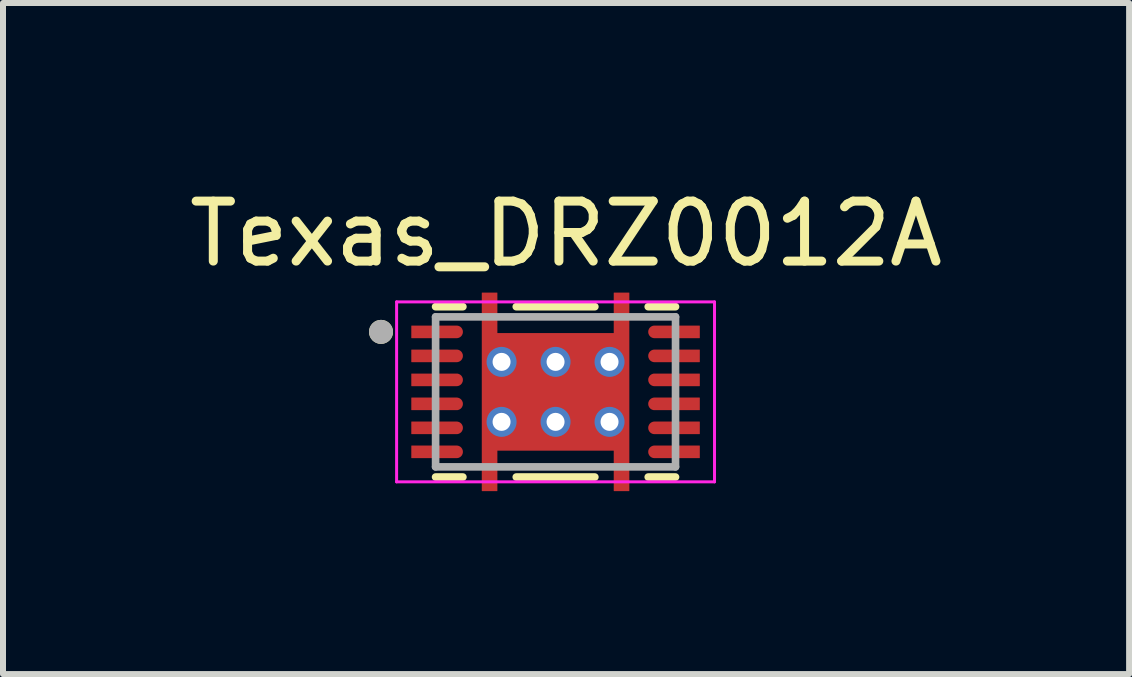
<source format=kicad_pcb>
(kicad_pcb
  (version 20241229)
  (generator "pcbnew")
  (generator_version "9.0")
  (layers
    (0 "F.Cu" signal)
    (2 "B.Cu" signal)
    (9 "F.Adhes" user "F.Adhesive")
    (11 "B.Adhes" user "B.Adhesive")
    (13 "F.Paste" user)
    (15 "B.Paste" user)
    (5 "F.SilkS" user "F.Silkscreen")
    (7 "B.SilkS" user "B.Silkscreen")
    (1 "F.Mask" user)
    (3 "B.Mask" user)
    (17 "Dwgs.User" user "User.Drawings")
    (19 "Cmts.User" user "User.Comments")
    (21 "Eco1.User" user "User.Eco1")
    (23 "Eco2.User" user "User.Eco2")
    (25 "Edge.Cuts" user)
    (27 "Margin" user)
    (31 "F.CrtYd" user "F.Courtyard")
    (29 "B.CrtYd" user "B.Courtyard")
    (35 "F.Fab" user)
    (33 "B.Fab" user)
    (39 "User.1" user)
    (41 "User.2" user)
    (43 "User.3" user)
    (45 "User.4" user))
  (footprint "Texas_DRZ0012A"
    (layer "F.Cu")
    (at 6.212 3.483)
    (property "Reference" "Texas_DRZ0012A" (at 0.175 -2.635 0) (layer "F.SilkS") (effects (font (size 1 1) (thickness 0.15))))
    (attr smd)
    (fp_poly (pts (xy -1.275 1.7) (xy -1.275 -1.7) (xy -0.925 -1.7) (xy -0.925 -1.025) (xy 0.925 -1.025) (xy 0.925 -1.7) (xy 1.275 -1.7) (xy 1.275 1.7) (xy 0.925 1.7) (xy 0.925 1.025) (xy -0.925 1.025) (xy -0.925 1.7)) (stroke (width 0.01) (type solid)) (fill yes) (layer "F.Mask"))
    (fp_poly (pts (xy -2.45 -1.15) (xy -1.65 -1.15) (xy -1.642 -1.15) (xy -1.634 -1.149) (xy -1.627 -1.148) (xy -1.619 -1.147) (xy -1.611 -1.145) (xy -1.604 -1.143) (xy -1.596 -1.14) (xy -1.589 -1.137) (xy -1.582 -1.134) (xy -1.575 -1.13) (xy -1.568 -1.126) (xy -1.562 -1.121) (xy -1.556 -1.117) (xy -1.55 -1.111) (xy -1.544 -1.106) (xy -1.539 -1.1) (xy -1.533 -1.094) (xy -1.529 -1.088) (xy -1.524 -1.082) (xy -1.52 -1.075) (xy -1.516 -1.068) (xy -1.513 -1.061) (xy -1.51 -1.054) (xy -1.507 -1.046) (xy -1.505 -1.039) (xy -1.503 -1.031) (xy -1.502 -1.023) (xy -1.501 -1.016) (xy -1.5 -1.008) (xy -1.5 -1) (xy -1.5 -0.992) (xy -1.501 -0.984) (xy -1.502 -0.977) (xy -1.503 -0.969) (xy -1.505 -0.961) (xy -1.507 -0.954) (xy -1.51 -0.946) (xy -1.513 -0.939) (xy -1.516 -0.932) (xy -1.52 -0.925) (xy -1.524 -0.918) (xy -1.529 -0.912) (xy -1.533 -0.906) (xy -1.539 -0.9) (xy -1.544 -0.894) (xy -1.55 -0.889) (xy -1.556 -0.883) (xy -1.562 -0.879) (xy -1.568 -0.874) (xy -1.575 -0.87) (xy -1.582 -0.866) (xy -1.589 -0.863) (xy -1.596 -0.86) (xy -1.604 -0.857) (xy -1.611 -0.855) (xy -1.619 -0.853) (xy -1.627 -0.852) (xy -1.634 -0.851) (xy -1.642 -0.85) (xy -1.65 -0.85) (xy -2.45 -0.85) (xy -2.45 -1) (xy -2.45 -1.15)) (stroke (width 0.01) (type solid)) (fill yes) (layer "F.Mask"))
    (fp_poly (pts (xy -2.45 -0.75) (xy -1.65 -0.75) (xy -1.642 -0.75) (xy -1.634 -0.749) (xy -1.627 -0.748) (xy -1.619 -0.747) (xy -1.611 -0.745) (xy -1.604 -0.743) (xy -1.596 -0.74) (xy -1.589 -0.737) (xy -1.582 -0.734) (xy -1.575 -0.73) (xy -1.568 -0.726) (xy -1.562 -0.721) (xy -1.556 -0.717) (xy -1.55 -0.711) (xy -1.544 -0.706) (xy -1.539 -0.7) (xy -1.533 -0.694) (xy -1.529 -0.688) (xy -1.524 -0.682) (xy -1.52 -0.675) (xy -1.516 -0.668) (xy -1.513 -0.661) (xy -1.51 -0.654) (xy -1.507 -0.646) (xy -1.505 -0.639) (xy -1.503 -0.631) (xy -1.502 -0.623) (xy -1.501 -0.616) (xy -1.5 -0.608) (xy -1.5 -0.6) (xy -1.5 -0.592) (xy -1.501 -0.584) (xy -1.502 -0.577) (xy -1.503 -0.569) (xy -1.505 -0.561) (xy -1.507 -0.554) (xy -1.51 -0.546) (xy -1.513 -0.539) (xy -1.516 -0.532) (xy -1.52 -0.525) (xy -1.524 -0.518) (xy -1.529 -0.512) (xy -1.533 -0.506) (xy -1.539 -0.5) (xy -1.544 -0.494) (xy -1.55 -0.489) (xy -1.556 -0.483) (xy -1.562 -0.479) (xy -1.568 -0.474) (xy -1.575 -0.47) (xy -1.582 -0.466) (xy -1.589 -0.463) (xy -1.596 -0.46) (xy -1.604 -0.457) (xy -1.611 -0.455) (xy -1.619 -0.453) (xy -1.627 -0.452) (xy -1.634 -0.451) (xy -1.642 -0.45) (xy -1.65 -0.45) (xy -2.45 -0.45) (xy -2.45 -0.6) (xy -2.45 -0.75)) (stroke (width 0.01) (type solid)) (fill yes) (layer "F.Mask"))
    (fp_poly (pts (xy -2.45 -0.35) (xy -1.65 -0.35) (xy -1.642 -0.35) (xy -1.634 -0.349) (xy -1.627 -0.348) (xy -1.619 -0.347) (xy -1.611 -0.345) (xy -1.604 -0.343) (xy -1.596 -0.34) (xy -1.589 -0.337) (xy -1.582 -0.334) (xy -1.575 -0.33) (xy -1.568 -0.326) (xy -1.562 -0.321) (xy -1.556 -0.317) (xy -1.55 -0.311) (xy -1.544 -0.306) (xy -1.539 -0.3) (xy -1.533 -0.294) (xy -1.529 -0.288) (xy -1.524 -0.282) (xy -1.52 -0.275) (xy -1.516 -0.268) (xy -1.513 -0.261) (xy -1.51 -0.254) (xy -1.507 -0.246) (xy -1.505 -0.239) (xy -1.503 -0.231) (xy -1.502 -0.223) (xy -1.501 -0.216) (xy -1.5 -0.208) (xy -1.5 -0.2) (xy -1.5 -0.192) (xy -1.501 -0.184) (xy -1.502 -0.177) (xy -1.503 -0.169) (xy -1.505 -0.161) (xy -1.507 -0.154) (xy -1.51 -0.146) (xy -1.513 -0.139) (xy -1.516 -0.132) (xy -1.52 -0.125) (xy -1.524 -0.118) (xy -1.529 -0.112) (xy -1.533 -0.106) (xy -1.539 -0.1) (xy -1.544 -0.094) (xy -1.55 -0.089) (xy -1.556 -0.083) (xy -1.562 -0.079) (xy -1.568 -0.074) (xy -1.575 -0.07) (xy -1.582 -0.066) (xy -1.589 -0.063) (xy -1.596 -0.06) (xy -1.604 -0.057) (xy -1.611 -0.055) (xy -1.619 -0.053) (xy -1.627 -0.052) (xy -1.634 -0.051) (xy -1.642 -0.05) (xy -1.65 -0.05) (xy -2.45 -0.05) (xy -2.45 -0.2) (xy -2.45 -0.35)) (stroke (width 0.01) (type solid)) (fill yes) (layer "F.Mask"))
    (fp_poly (pts (xy -2.45 0.05) (xy -1.65 0.05) (xy -1.642 0.05) (xy -1.634 0.051) (xy -1.627 0.052) (xy -1.619 0.053) (xy -1.611 0.055) (xy -1.604 0.057) (xy -1.596 0.06) (xy -1.589 0.063) (xy -1.582 0.066) (xy -1.575 0.07) (xy -1.568 0.074) (xy -1.562 0.079) (xy -1.556 0.083) (xy -1.55 0.089) (xy -1.544 0.094) (xy -1.539 0.1) (xy -1.533 0.106) (xy -1.529 0.112) (xy -1.524 0.118) (xy -1.52 0.125) (xy -1.516 0.132) (xy -1.513 0.139) (xy -1.51 0.146) (xy -1.507 0.154) (xy -1.505 0.161) (xy -1.503 0.169) (xy -1.502 0.177) (xy -1.501 0.184) (xy -1.5 0.192) (xy -1.5 0.2) (xy -1.5 0.208) (xy -1.501 0.216) (xy -1.502 0.223) (xy -1.503 0.231) (xy -1.505 0.239) (xy -1.507 0.246) (xy -1.51 0.254) (xy -1.513 0.261) (xy -1.516 0.268) (xy -1.52 0.275) (xy -1.524 0.282) (xy -1.529 0.288) (xy -1.533 0.294) (xy -1.539 0.3) (xy -1.544 0.306) (xy -1.55 0.311) (xy -1.556 0.317) (xy -1.562 0.321) (xy -1.568 0.326) (xy -1.575 0.33) (xy -1.582 0.334) (xy -1.589 0.337) (xy -1.596 0.34) (xy -1.604 0.343) (xy -1.611 0.345) (xy -1.619 0.347) (xy -1.627 0.348) (xy -1.634 0.349) (xy -1.642 0.35) (xy -1.65 0.35) (xy -2.45 0.35) (xy -2.45 0.2) (xy -2.45 0.05)) (stroke (width 0.01) (type solid)) (fill yes) (layer "F.Mask"))
    (fp_poly (pts (xy -2.45 0.45) (xy -1.65 0.45) (xy -1.642 0.45) (xy -1.634 0.451) (xy -1.627 0.452) (xy -1.619 0.453) (xy -1.611 0.455) (xy -1.604 0.457) (xy -1.596 0.46) (xy -1.589 0.463) (xy -1.582 0.466) (xy -1.575 0.47) (xy -1.568 0.474) (xy -1.562 0.479) (xy -1.556 0.483) (xy -1.55 0.489) (xy -1.544 0.494) (xy -1.539 0.5) (xy -1.533 0.506) (xy -1.529 0.512) (xy -1.524 0.518) (xy -1.52 0.525) (xy -1.516 0.532) (xy -1.513 0.539) (xy -1.51 0.546) (xy -1.507 0.554) (xy -1.505 0.561) (xy -1.503 0.569) (xy -1.502 0.577) (xy -1.501 0.584) (xy -1.5 0.592) (xy -1.5 0.6) (xy -1.5 0.608) (xy -1.501 0.616) (xy -1.502 0.623) (xy -1.503 0.631) (xy -1.505 0.639) (xy -1.507 0.646) (xy -1.51 0.654) (xy -1.513 0.661) (xy -1.516 0.668) (xy -1.52 0.675) (xy -1.524 0.682) (xy -1.529 0.688) (xy -1.533 0.694) (xy -1.539 0.7) (xy -1.544 0.706) (xy -1.55 0.711) (xy -1.556 0.717) (xy -1.562 0.721) (xy -1.568 0.726) (xy -1.575 0.73) (xy -1.582 0.734) (xy -1.589 0.737) (xy -1.596 0.74) (xy -1.604 0.743) (xy -1.611 0.745) (xy -1.619 0.747) (xy -1.627 0.748) (xy -1.634 0.749) (xy -1.642 0.75) (xy -1.65 0.75) (xy -2.45 0.75) (xy -2.45 0.6) (xy -2.45 0.45)) (stroke (width 0.01) (type solid)) (fill yes) (layer "F.Mask"))
    (fp_poly (pts (xy -2.45 0.85) (xy -1.65 0.85) (xy -1.642 0.85) (xy -1.634 0.851) (xy -1.627 0.852) (xy -1.619 0.853) (xy -1.611 0.855) (xy -1.604 0.857) (xy -1.596 0.86) (xy -1.589 0.863) (xy -1.582 0.866) (xy -1.575 0.87) (xy -1.568 0.874) (xy -1.562 0.879) (xy -1.556 0.883) (xy -1.55 0.889) (xy -1.544 0.894) (xy -1.539 0.9) (xy -1.533 0.906) (xy -1.529 0.912) (xy -1.524 0.918) (xy -1.52 0.925) (xy -1.516 0.932) (xy -1.513 0.939) (xy -1.51 0.946) (xy -1.507 0.954) (xy -1.505 0.961) (xy -1.503 0.969) (xy -1.502 0.977) (xy -1.501 0.984) (xy -1.5 0.992) (xy -1.5 1) (xy -1.5 1.008) (xy -1.501 1.016) (xy -1.502 1.023) (xy -1.503 1.031) (xy -1.505 1.039) (xy -1.507 1.046) (xy -1.51 1.054) (xy -1.513 1.061) (xy -1.516 1.068) (xy -1.52 1.075) (xy -1.524 1.082) (xy -1.529 1.088) (xy -1.533 1.094) (xy -1.539 1.1) (xy -1.544 1.106) (xy -1.55 1.111) (xy -1.556 1.117) (xy -1.562 1.121) (xy -1.568 1.126) (xy -1.575 1.13) (xy -1.582 1.134) (xy -1.589 1.137) (xy -1.596 1.14) (xy -1.604 1.143) (xy -1.611 1.145) (xy -1.619 1.147) (xy -1.627 1.148) (xy -1.634 1.149) (xy -1.642 1.15) (xy -1.65 1.15) (xy -2.45 1.15) (xy -2.45 1) (xy -2.45 0.85)) (stroke (width 0.01) (type solid)) (fill yes) (layer "F.Mask"))
    (fp_poly (pts (xy 2.45 -0.85) (xy 1.65 -0.85) (xy 1.642 -0.85) (xy 1.634 -0.851) (xy 1.627 -0.852) (xy 1.619 -0.853) (xy 1.611 -0.855) (xy 1.604 -0.857) (xy 1.596 -0.86) (xy 1.589 -0.863) (xy 1.582 -0.866) (xy 1.575 -0.87) (xy 1.568 -0.874) (xy 1.562 -0.879) (xy 1.556 -0.883) (xy 1.55 -0.889) (xy 1.544 -0.894) (xy 1.539 -0.9) (xy 1.533 -0.906) (xy 1.529 -0.912) (xy 1.524 -0.918) (xy 1.52 -0.925) (xy 1.516 -0.932) (xy 1.513 -0.939) (xy 1.51 -0.946) (xy 1.507 -0.954) (xy 1.505 -0.961) (xy 1.503 -0.969) (xy 1.502 -0.977) (xy 1.501 -0.984) (xy 1.5 -0.992) (xy 1.5 -1) (xy 1.5 -1.008) (xy 1.501 -1.016) (xy 1.502 -1.023) (xy 1.503 -1.031) (xy 1.505 -1.039) (xy 1.507 -1.046) (xy 1.51 -1.054) (xy 1.513 -1.061) (xy 1.516 -1.068) (xy 1.52 -1.075) (xy 1.524 -1.082) (xy 1.529 -1.088) (xy 1.533 -1.094) (xy 1.539 -1.1) (xy 1.544 -1.106) (xy 1.55 -1.111) (xy 1.556 -1.117) (xy 1.562 -1.121) (xy 1.568 -1.126) (xy 1.575 -1.13) (xy 1.582 -1.134) (xy 1.589 -1.137) (xy 1.596 -1.14) (xy 1.604 -1.143) (xy 1.611 -1.145) (xy 1.619 -1.147) (xy 1.627 -1.148) (xy 1.634 -1.149) (xy 1.642 -1.15) (xy 1.65 -1.15) (xy 2.45 -1.15) (xy 2.45 -1) (xy 2.45 -0.85)) (stroke (width 0.01) (type solid)) (fill yes) (layer "F.Mask"))
    (fp_poly (pts (xy 2.45 -0.45) (xy 1.65 -0.45) (xy 1.642 -0.45) (xy 1.634 -0.451) (xy 1.627 -0.452) (xy 1.619 -0.453) (xy 1.611 -0.455) (xy 1.604 -0.457) (xy 1.596 -0.46) (xy 1.589 -0.463) (xy 1.582 -0.466) (xy 1.575 -0.47) (xy 1.568 -0.474) (xy 1.562 -0.479) (xy 1.556 -0.483) (xy 1.55 -0.489) (xy 1.544 -0.494) (xy 1.539 -0.5) (xy 1.533 -0.506) (xy 1.529 -0.512) (xy 1.524 -0.518) (xy 1.52 -0.525) (xy 1.516 -0.532) (xy 1.513 -0.539) (xy 1.51 -0.546) (xy 1.507 -0.554) (xy 1.505 -0.561) (xy 1.503 -0.569) (xy 1.502 -0.577) (xy 1.501 -0.584) (xy 1.5 -0.592) (xy 1.5 -0.6) (xy 1.5 -0.608) (xy 1.501 -0.616) (xy 1.502 -0.623) (xy 1.503 -0.631) (xy 1.505 -0.639) (xy 1.507 -0.646) (xy 1.51 -0.654) (xy 1.513 -0.661) (xy 1.516 -0.668) (xy 1.52 -0.675) (xy 1.524 -0.682) (xy 1.529 -0.688) (xy 1.533 -0.694) (xy 1.539 -0.7) (xy 1.544 -0.706) (xy 1.55 -0.711) (xy 1.556 -0.717) (xy 1.562 -0.721) (xy 1.568 -0.726) (xy 1.575 -0.73) (xy 1.582 -0.734) (xy 1.589 -0.737) (xy 1.596 -0.74) (xy 1.604 -0.743) (xy 1.611 -0.745) (xy 1.619 -0.747) (xy 1.627 -0.748) (xy 1.634 -0.749) (xy 1.642 -0.75) (xy 1.65 -0.75) (xy 2.45 -0.75) (xy 2.45 -0.6) (xy 2.45 -0.45)) (stroke (width 0.01) (type solid)) (fill yes) (layer "F.Mask"))
    (fp_poly (pts (xy 2.45 -0.05) (xy 1.65 -0.05) (xy 1.642 -0.05) (xy 1.634 -0.051) (xy 1.627 -0.052) (xy 1.619 -0.053) (xy 1.611 -0.055) (xy 1.604 -0.057) (xy 1.596 -0.06) (xy 1.589 -0.063) (xy 1.582 -0.066) (xy 1.575 -0.07) (xy 1.568 -0.074) (xy 1.562 -0.079) (xy 1.556 -0.083) (xy 1.55 -0.089) (xy 1.544 -0.094) (xy 1.539 -0.1) (xy 1.533 -0.106) (xy 1.529 -0.112) (xy 1.524 -0.118) (xy 1.52 -0.125) (xy 1.516 -0.132) (xy 1.513 -0.139) (xy 1.51 -0.146) (xy 1.507 -0.154) (xy 1.505 -0.161) (xy 1.503 -0.169) (xy 1.502 -0.177) (xy 1.501 -0.184) (xy 1.5 -0.192) (xy 1.5 -0.2) (xy 1.5 -0.208) (xy 1.501 -0.216) (xy 1.502 -0.223) (xy 1.503 -0.231) (xy 1.505 -0.239) (xy 1.507 -0.246) (xy 1.51 -0.254) (xy 1.513 -0.261) (xy 1.516 -0.268) (xy 1.52 -0.275) (xy 1.524 -0.282) (xy 1.529 -0.288) (xy 1.533 -0.294) (xy 1.539 -0.3) (xy 1.544 -0.306) (xy 1.55 -0.311) (xy 1.556 -0.317) (xy 1.562 -0.321) (xy 1.568 -0.326) (xy 1.575 -0.33) (xy 1.582 -0.334) (xy 1.589 -0.337) (xy 1.596 -0.34) (xy 1.604 -0.343) (xy 1.611 -0.345) (xy 1.619 -0.347) (xy 1.627 -0.348) (xy 1.634 -0.349) (xy 1.642 -0.35) (xy 1.65 -0.35) (xy 2.45 -0.35) (xy 2.45 -0.2) (xy 2.45 -0.05)) (stroke (width 0.01) (type solid)) (fill yes) (layer "F.Mask"))
    (fp_poly (pts (xy 2.45 0.35) (xy 1.65 0.35) (xy 1.642 0.35) (xy 1.634 0.349) (xy 1.627 0.348) (xy 1.619 0.347) (xy 1.611 0.345) (xy 1.604 0.343) (xy 1.596 0.34) (xy 1.589 0.337) (xy 1.582 0.334) (xy 1.575 0.33) (xy 1.568 0.326) (xy 1.562 0.321) (xy 1.556 0.317) (xy 1.55 0.311) (xy 1.544 0.306) (xy 1.539 0.3) (xy 1.533 0.294) (xy 1.529 0.288) (xy 1.524 0.282) (xy 1.52 0.275) (xy 1.516 0.268) (xy 1.513 0.261) (xy 1.51 0.254) (xy 1.507 0.246) (xy 1.505 0.239) (xy 1.503 0.231) (xy 1.502 0.223) (xy 1.501 0.216) (xy 1.5 0.208) (xy 1.5 0.2) (xy 1.5 0.192) (xy 1.501 0.184) (xy 1.502 0.177) (xy 1.503 0.169) (xy 1.505 0.161) (xy 1.507 0.154) (xy 1.51 0.146) (xy 1.513 0.139) (xy 1.516 0.132) (xy 1.52 0.125) (xy 1.524 0.118) (xy 1.529 0.112) (xy 1.533 0.106) (xy 1.539 0.1) (xy 1.544 0.094) (xy 1.55 0.089) (xy 1.556 0.083) (xy 1.562 0.079) (xy 1.568 0.074) (xy 1.575 0.07) (xy 1.582 0.066) (xy 1.589 0.063) (xy 1.596 0.06) (xy 1.604 0.057) (xy 1.611 0.055) (xy 1.619 0.053) (xy 1.627 0.052) (xy 1.634 0.051) (xy 1.642 0.05) (xy 1.65 0.05) (xy 2.45 0.05) (xy 2.45 0.2) (xy 2.45 0.35)) (stroke (width 0.01) (type solid)) (fill yes) (layer "F.Mask"))
    (fp_poly (pts (xy 2.45 0.75) (xy 1.65 0.75) (xy 1.642 0.75) (xy 1.634 0.749) (xy 1.627 0.748) (xy 1.619 0.747) (xy 1.611 0.745) (xy 1.604 0.743) (xy 1.596 0.74) (xy 1.589 0.737) (xy 1.582 0.734) (xy 1.575 0.73) (xy 1.568 0.726) (xy 1.562 0.721) (xy 1.556 0.717) (xy 1.55 0.711) (xy 1.544 0.706) (xy 1.539 0.7) (xy 1.533 0.694) (xy 1.529 0.688) (xy 1.524 0.682) (xy 1.52 0.675) (xy 1.516 0.668) (xy 1.513 0.661) (xy 1.51 0.654) (xy 1.507 0.646) (xy 1.505 0.639) (xy 1.503 0.631) (xy 1.502 0.623) (xy 1.501 0.616) (xy 1.5 0.608) (xy 1.5 0.6) (xy 1.5 0.592) (xy 1.501 0.584) (xy 1.502 0.577) (xy 1.503 0.569) (xy 1.505 0.561) (xy 1.507 0.554) (xy 1.51 0.546) (xy 1.513 0.539) (xy 1.516 0.532) (xy 1.52 0.525) (xy 1.524 0.518) (xy 1.529 0.512) (xy 1.533 0.506) (xy 1.539 0.5) (xy 1.544 0.494) (xy 1.55 0.489) (xy 1.556 0.483) (xy 1.562 0.479) (xy 1.568 0.474) (xy 1.575 0.47) (xy 1.582 0.466) (xy 1.589 0.463) (xy 1.596 0.46) (xy 1.604 0.457) (xy 1.611 0.455) (xy 1.619 0.453) (xy 1.627 0.452) (xy 1.634 0.451) (xy 1.642 0.45) (xy 1.65 0.45) (xy 2.45 0.45) (xy 2.45 0.6) (xy 2.45 0.75)) (stroke (width 0.01) (type solid)) (fill yes) (layer "F.Mask"))
    (fp_poly (pts (xy 2.45 1.15) (xy 1.65 1.15) (xy 1.642 1.15) (xy 1.634 1.149) (xy 1.627 1.148) (xy 1.619 1.147) (xy 1.611 1.145) (xy 1.604 1.143) (xy 1.596 1.14) (xy 1.589 1.137) (xy 1.582 1.134) (xy 1.575 1.13) (xy 1.568 1.126) (xy 1.562 1.121) (xy 1.556 1.117) (xy 1.55 1.111) (xy 1.544 1.106) (xy 1.539 1.1) (xy 1.533 1.094) (xy 1.529 1.088) (xy 1.524 1.082) (xy 1.52 1.075) (xy 1.516 1.068) (xy 1.513 1.061) (xy 1.51 1.054) (xy 1.507 1.046) (xy 1.505 1.039) (xy 1.503 1.031) (xy 1.502 1.023) (xy 1.501 1.016) (xy 1.5 1.008) (xy 1.5 1) (xy 1.5 0.992) (xy 1.501 0.984) (xy 1.502 0.977) (xy 1.503 0.969) (xy 1.505 0.961) (xy 1.507 0.954) (xy 1.51 0.946) (xy 1.513 0.939) (xy 1.516 0.932) (xy 1.52 0.925) (xy 1.524 0.918) (xy 1.529 0.912) (xy 1.533 0.906) (xy 1.539 0.9) (xy 1.544 0.894) (xy 1.55 0.889) (xy 1.556 0.883) (xy 1.562 0.879) (xy 1.568 0.874) (xy 1.575 0.87) (xy 1.582 0.866) (xy 1.589 0.863) (xy 1.596 0.86) (xy 1.604 0.857) (xy 1.611 0.855) (xy 1.619 0.853) (xy 1.627 0.852) (xy 1.634 0.851) (xy 1.642 0.85) (xy 1.65 0.85) (xy 2.45 0.85) (xy 2.45 1) (xy 2.45 1.15)) (stroke (width 0.01) (type solid)) (fill yes) (layer "F.Mask"))
    (fp_line (start -2 -1.42) (end -1.545 -1.42) (stroke (width 0.127) (type solid)) (layer "F.SilkS"))
    (fp_line (start -2 1.42) (end -1.545 1.42) (stroke (width 0.127) (type solid)) (layer "F.SilkS"))
    (fp_line (start -0.655 -1.42) (end 0.655 -1.42) (stroke (width 0.127) (type solid)) (layer "F.SilkS"))
    (fp_line (start -0.655 1.42) (end 0.655 1.42) (stroke (width 0.127) (type solid)) (layer "F.SilkS"))
    (fp_line (start 1.545 -1.42) (end 2 -1.42) (stroke (width 0.127) (type solid)) (layer "F.SilkS"))
    (fp_line (start 1.545 1.42) (end 2 1.42) (stroke (width 0.127) (type solid)) (layer "F.SilkS"))
    (fp_circle (center -2.91 -1) (end -2.81 -1) (stroke (width 0.2) (type solid)) (fill no) (layer "F.SilkS"))
    (fp_poly (pts (xy -1.225 -1.625) (xy -1.225 -1.1) (xy -0.975 -1.1) (xy -0.975 -1.625)) (stroke (width 0.01) (type solid)) (fill yes) (layer "F.Paste"))
    (fp_poly (pts (xy -1.225 1.1) (xy -1.225 1.625) (xy -0.975 1.625) (xy -0.975 1.1)) (stroke (width 0.01) (type solid)) (fill yes) (layer "F.Paste"))
    (fp_poly (pts (xy -1.1 -0.9) (xy -0.1 -0.9) (xy -0.1 -0.1) (xy -1.1 -0.1)) (stroke (width 0.01) (type solid)) (fill yes) (layer "F.Paste"))
    (fp_poly (pts (xy -1.1 0.1) (xy -0.1 0.1) (xy -0.1 0.9) (xy -1.1 0.9)) (stroke (width 0.01) (type solid)) (fill yes) (layer "F.Paste"))
    (fp_poly (pts (xy 0.1 -0.9) (xy 1.1 -0.9) (xy 1.1 -0.1) (xy 0.1 -0.1)) (stroke (width 0.01) (type solid)) (fill yes) (layer "F.Paste"))
    (fp_poly (pts (xy 0.1 0.1) (xy 1.1 0.1) (xy 1.1 0.9) (xy 0.1 0.9)) (stroke (width 0.01) (type solid)) (fill yes) (layer "F.Paste"))
    (fp_poly (pts (xy 0.975 -1.625) (xy 0.975 -1.1) (xy 1.225 -1.1) (xy 1.225 -1.625)) (stroke (width 0.01) (type solid)) (fill yes) (layer "F.Paste"))
    (fp_poly (pts (xy 0.975 1.1) (xy 0.975 1.625) (xy 1.225 1.625) (xy 1.225 1.1)) (stroke (width 0.01) (type solid)) (fill yes) (layer "F.Paste"))
    (fp_poly (pts (xy -2.375 -1.1) (xy -1.675 -1.1) (xy -1.67 -1.1) (xy -1.665 -1.099) (xy -1.659 -1.099) (xy -1.654 -1.098) (xy -1.649 -1.097) (xy -1.644 -1.095) (xy -1.639 -1.093) (xy -1.634 -1.091) (xy -1.63 -1.089) (xy -1.625 -1.087) (xy -1.621 -1.084) (xy -1.616 -1.081) (xy -1.612 -1.078) (xy -1.608 -1.074) (xy -1.604 -1.071) (xy -1.601 -1.067) (xy -1.597 -1.063) (xy -1.594 -1.059) (xy -1.591 -1.054) (xy -1.588 -1.05) (xy -1.586 -1.045) (xy -1.584 -1.041) (xy -1.582 -1.036) (xy -1.58 -1.031) (xy -1.578 -1.026) (xy -1.577 -1.021) (xy -1.576 -1.016) (xy -1.576 -1.01) (xy -1.575 -1.005) (xy -1.575 -1) (xy -1.575 -0.995) (xy -1.576 -0.99) (xy -1.576 -0.984) (xy -1.577 -0.979) (xy -1.578 -0.974) (xy -1.58 -0.969) (xy -1.582 -0.964) (xy -1.584 -0.959) (xy -1.586 -0.955) (xy -1.588 -0.95) (xy -1.591 -0.946) (xy -1.594 -0.941) (xy -1.597 -0.937) (xy -1.601 -0.933) (xy -1.604 -0.929) (xy -1.608 -0.926) (xy -1.612 -0.922) (xy -1.616 -0.919) (xy -1.621 -0.916) (xy -1.625 -0.913) (xy -1.63 -0.911) (xy -1.634 -0.909) (xy -1.639 -0.907) (xy -1.644 -0.905) (xy -1.649 -0.903) (xy -1.654 -0.902) (xy -1.659 -0.901) (xy -1.665 -0.901) (xy -1.67 -0.9) (xy -1.675 -0.9) (xy -2.375 -0.9) (xy -2.375 -1) (xy -2.375 -1.1)) (stroke (width 0.01) (type solid)) (fill yes) (layer "F.Paste"))
    (fp_poly (pts (xy -2.375 -0.7) (xy -1.675 -0.7) (xy -1.67 -0.7) (xy -1.665 -0.699) (xy -1.659 -0.699) (xy -1.654 -0.698) (xy -1.649 -0.697) (xy -1.644 -0.695) (xy -1.639 -0.693) (xy -1.634 -0.691) (xy -1.63 -0.689) (xy -1.625 -0.687) (xy -1.621 -0.684) (xy -1.616 -0.681) (xy -1.612 -0.678) (xy -1.608 -0.674) (xy -1.604 -0.671) (xy -1.601 -0.667) (xy -1.597 -0.663) (xy -1.594 -0.659) (xy -1.591 -0.654) (xy -1.588 -0.65) (xy -1.586 -0.645) (xy -1.584 -0.641) (xy -1.582 -0.636) (xy -1.58 -0.631) (xy -1.578 -0.626) (xy -1.577 -0.621) (xy -1.576 -0.616) (xy -1.576 -0.61) (xy -1.575 -0.605) (xy -1.575 -0.6) (xy -1.575 -0.595) (xy -1.576 -0.59) (xy -1.576 -0.584) (xy -1.577 -0.579) (xy -1.578 -0.574) (xy -1.58 -0.569) (xy -1.582 -0.564) (xy -1.584 -0.559) (xy -1.586 -0.555) (xy -1.588 -0.55) (xy -1.591 -0.546) (xy -1.594 -0.541) (xy -1.597 -0.537) (xy -1.601 -0.533) (xy -1.604 -0.529) (xy -1.608 -0.526) (xy -1.612 -0.522) (xy -1.616 -0.519) (xy -1.621 -0.516) (xy -1.625 -0.513) (xy -1.63 -0.511) (xy -1.634 -0.509) (xy -1.639 -0.507) (xy -1.644 -0.505) (xy -1.649 -0.503) (xy -1.654 -0.502) (xy -1.659 -0.501) (xy -1.665 -0.501) (xy -1.67 -0.5) (xy -1.675 -0.5) (xy -2.375 -0.5) (xy -2.375 -0.6) (xy -2.375 -0.7)) (stroke (width 0.01) (type solid)) (fill yes) (layer "F.Paste"))
    (fp_poly (pts (xy -2.375 -0.7) (xy -1.675 -0.7) (xy -1.67 -0.7) (xy -1.665 -0.699) (xy -1.659 -0.699) (xy -1.654 -0.698) (xy -1.649 -0.697) (xy -1.644 -0.695) (xy -1.639 -0.693) (xy -1.634 -0.691) (xy -1.63 -0.689) (xy -1.625 -0.687) (xy -1.621 -0.684) (xy -1.616 -0.681) (xy -1.612 -0.678) (xy -1.608 -0.674) (xy -1.604 -0.671) (xy -1.601 -0.667) (xy -1.597 -0.663) (xy -1.594 -0.659) (xy -1.591 -0.654) (xy -1.588 -0.65) (xy -1.586 -0.645) (xy -1.584 -0.641) (xy -1.582 -0.636) (xy -1.58 -0.631) (xy -1.578 -0.626) (xy -1.577 -0.621) (xy -1.576 -0.616) (xy -1.576 -0.61) (xy -1.575 -0.605) (xy -1.575 -0.6) (xy -1.575 -0.595) (xy -1.576 -0.59) (xy -1.576 -0.584) (xy -1.577 -0.579) (xy -1.578 -0.574) (xy -1.58 -0.569) (xy -1.582 -0.564) (xy -1.584 -0.559) (xy -1.586 -0.555) (xy -1.588 -0.55) (xy -1.591 -0.546) (xy -1.594 -0.541) (xy -1.597 -0.537) (xy -1.601 -0.533) (xy -1.604 -0.529) (xy -1.608 -0.526) (xy -1.612 -0.522) (xy -1.616 -0.519) (xy -1.621 -0.516) (xy -1.625 -0.513) (xy -1.63 -0.511) (xy -1.634 -0.509) (xy -1.639 -0.507) (xy -1.644 -0.505) (xy -1.649 -0.503) (xy -1.654 -0.502) (xy -1.659 -0.501) (xy -1.665 -0.501) (xy -1.67 -0.5) (xy -1.675 -0.5) (xy -2.375 -0.5) (xy -2.375 -0.6) (xy -2.375 -0.7)) (stroke (width 0.01) (type solid)) (fill yes) (layer "F.Paste"))
    (fp_poly (pts (xy -2.375 -0.3) (xy -1.675 -0.3) (xy -1.67 -0.3) (xy -1.665 -0.299) (xy -1.659 -0.299) (xy -1.654 -0.298) (xy -1.649 -0.297) (xy -1.644 -0.295) (xy -1.639 -0.293) (xy -1.634 -0.291) (xy -1.63 -0.289) (xy -1.625 -0.287) (xy -1.621 -0.284) (xy -1.616 -0.281) (xy -1.612 -0.278) (xy -1.608 -0.274) (xy -1.604 -0.271) (xy -1.601 -0.267) (xy -1.597 -0.263) (xy -1.594 -0.259) (xy -1.591 -0.254) (xy -1.588 -0.25) (xy -1.586 -0.245) (xy -1.584 -0.241) (xy -1.582 -0.236) (xy -1.58 -0.231) (xy -1.578 -0.226) (xy -1.577 -0.221) (xy -1.576 -0.216) (xy -1.576 -0.21) (xy -1.575 -0.205) (xy -1.575 -0.2) (xy -1.575 -0.195) (xy -1.576 -0.19) (xy -1.576 -0.184) (xy -1.577 -0.179) (xy -1.578 -0.174) (xy -1.58 -0.169) (xy -1.582 -0.164) (xy -1.584 -0.159) (xy -1.586 -0.155) (xy -1.588 -0.15) (xy -1.591 -0.146) (xy -1.594 -0.141) (xy -1.597 -0.137) (xy -1.601 -0.133) (xy -1.604 -0.129) (xy -1.608 -0.126) (xy -1.612 -0.122) (xy -1.616 -0.119) (xy -1.621 -0.116) (xy -1.625 -0.113) (xy -1.63 -0.111) (xy -1.634 -0.109) (xy -1.639 -0.107) (xy -1.644 -0.105) (xy -1.649 -0.103) (xy -1.654 -0.102) (xy -1.659 -0.101) (xy -1.665 -0.101) (xy -1.67 -0.1) (xy -1.675 -0.1) (xy -2.375 -0.1) (xy -2.375 -0.2) (xy -2.375 -0.3)) (stroke (width 0.01) (type solid)) (fill yes) (layer "F.Paste"))
    (fp_poly (pts (xy -2.375 0.1) (xy -1.675 0.1) (xy -1.67 0.1) (xy -1.665 0.101) (xy -1.659 0.101) (xy -1.654 0.102) (xy -1.649 0.103) (xy -1.644 0.105) (xy -1.639 0.107) (xy -1.634 0.109) (xy -1.63 0.111) (xy -1.625 0.113) (xy -1.621 0.116) (xy -1.616 0.119) (xy -1.612 0.122) (xy -1.608 0.126) (xy -1.604 0.129) (xy -1.601 0.133) (xy -1.597 0.137) (xy -1.594 0.141) (xy -1.591 0.146) (xy -1.588 0.15) (xy -1.586 0.155) (xy -1.584 0.159) (xy -1.582 0.164) (xy -1.58 0.169) (xy -1.578 0.174) (xy -1.577 0.179) (xy -1.576 0.184) (xy -1.576 0.19) (xy -1.575 0.195) (xy -1.575 0.2) (xy -1.575 0.205) (xy -1.576 0.21) (xy -1.576 0.216) (xy -1.577 0.221) (xy -1.578 0.226) (xy -1.58 0.231) (xy -1.582 0.236) (xy -1.584 0.241) (xy -1.586 0.245) (xy -1.588 0.25) (xy -1.591 0.254) (xy -1.594 0.259) (xy -1.597 0.263) (xy -1.601 0.267) (xy -1.604 0.271) (xy -1.608 0.274) (xy -1.612 0.278) (xy -1.616 0.281) (xy -1.621 0.284) (xy -1.625 0.287) (xy -1.63 0.289) (xy -1.634 0.291) (xy -1.639 0.293) (xy -1.644 0.295) (xy -1.649 0.297) (xy -1.654 0.298) (xy -1.659 0.299) (xy -1.665 0.299) (xy -1.67 0.3) (xy -1.675 0.3) (xy -2.375 0.3) (xy -2.375 0.2) (xy -2.375 0.1)) (stroke (width 0.01) (type solid)) (fill yes) (layer "F.Paste"))
    (fp_poly (pts (xy -2.375 0.5) (xy -1.675 0.5) (xy -1.67 0.5) (xy -1.665 0.501) (xy -1.659 0.501) (xy -1.654 0.502) (xy -1.649 0.503) (xy -1.644 0.505) (xy -1.639 0.507) (xy -1.634 0.509) (xy -1.63 0.511) (xy -1.625 0.513) (xy -1.621 0.516) (xy -1.616 0.519) (xy -1.612 0.522) (xy -1.608 0.526) (xy -1.604 0.529) (xy -1.601 0.533) (xy -1.597 0.537) (xy -1.594 0.541) (xy -1.591 0.546) (xy -1.588 0.55) (xy -1.586 0.555) (xy -1.584 0.559) (xy -1.582 0.564) (xy -1.58 0.569) (xy -1.578 0.574) (xy -1.577 0.579) (xy -1.576 0.584) (xy -1.576 0.59) (xy -1.575 0.595) (xy -1.575 0.6) (xy -1.575 0.605) (xy -1.576 0.61) (xy -1.576 0.616) (xy -1.577 0.621) (xy -1.578 0.626) (xy -1.58 0.631) (xy -1.582 0.636) (xy -1.584 0.641) (xy -1.586 0.645) (xy -1.588 0.65) (xy -1.591 0.654) (xy -1.594 0.659) (xy -1.597 0.663) (xy -1.601 0.667) (xy -1.604 0.671) (xy -1.608 0.674) (xy -1.612 0.678) (xy -1.616 0.681) (xy -1.621 0.684) (xy -1.625 0.687) (xy -1.63 0.689) (xy -1.634 0.691) (xy -1.639 0.693) (xy -1.644 0.695) (xy -1.649 0.697) (xy -1.654 0.698) (xy -1.659 0.699) (xy -1.665 0.699) (xy -1.67 0.7) (xy -1.675 0.7) (xy -2.375 0.7) (xy -2.375 0.6) (xy -2.375 0.5)) (stroke (width 0.01) (type solid)) (fill yes) (layer "F.Paste"))
    (fp_poly (pts (xy -2.375 0.9) (xy -1.675 0.9) (xy -1.67 0.9) (xy -1.665 0.901) (xy -1.659 0.901) (xy -1.654 0.902) (xy -1.649 0.903) (xy -1.644 0.905) (xy -1.639 0.907) (xy -1.634 0.909) (xy -1.63 0.911) (xy -1.625 0.913) (xy -1.621 0.916) (xy -1.616 0.919) (xy -1.612 0.922) (xy -1.608 0.926) (xy -1.604 0.929) (xy -1.601 0.933) (xy -1.597 0.937) (xy -1.594 0.941) (xy -1.591 0.946) (xy -1.588 0.95) (xy -1.586 0.955) (xy -1.584 0.959) (xy -1.582 0.964) (xy -1.58 0.969) (xy -1.578 0.974) (xy -1.577 0.979) (xy -1.576 0.984) (xy -1.576 0.99) (xy -1.575 0.995) (xy -1.575 1) (xy -1.575 1.005) (xy -1.576 1.01) (xy -1.576 1.016) (xy -1.577 1.021) (xy -1.578 1.026) (xy -1.58 1.031) (xy -1.582 1.036) (xy -1.584 1.041) (xy -1.586 1.045) (xy -1.588 1.05) (xy -1.591 1.054) (xy -1.594 1.059) (xy -1.597 1.063) (xy -1.601 1.067) (xy -1.604 1.071) (xy -1.608 1.074) (xy -1.612 1.078) (xy -1.616 1.081) (xy -1.621 1.084) (xy -1.625 1.087) (xy -1.63 1.089) (xy -1.634 1.091) (xy -1.639 1.093) (xy -1.644 1.095) (xy -1.649 1.097) (xy -1.654 1.098) (xy -1.659 1.099) (xy -1.665 1.099) (xy -1.67 1.1) (xy -1.675 1.1) (xy -2.375 1.1) (xy -2.375 1) (xy -2.375 0.9)) (stroke (width 0.01) (type solid)) (fill yes) (layer "F.Paste"))
    (fp_poly (pts (xy 2.375 -0.9) (xy 1.675 -0.9) (xy 1.67 -0.9) (xy 1.665 -0.901) (xy 1.659 -0.901) (xy 1.654 -0.902) (xy 1.649 -0.903) (xy 1.644 -0.905) (xy 1.639 -0.907) (xy 1.634 -0.909) (xy 1.63 -0.911) (xy 1.625 -0.913) (xy 1.621 -0.916) (xy 1.616 -0.919) (xy 1.612 -0.922) (xy 1.608 -0.926) (xy 1.604 -0.929) (xy 1.601 -0.933) (xy 1.597 -0.937) (xy 1.594 -0.941) (xy 1.591 -0.946) (xy 1.588 -0.95) (xy 1.586 -0.955) (xy 1.584 -0.959) (xy 1.582 -0.964) (xy 1.58 -0.969) (xy 1.578 -0.974) (xy 1.577 -0.979) (xy 1.576 -0.984) (xy 1.576 -0.99) (xy 1.575 -0.995) (xy 1.575 -1) (xy 1.575 -1.005) (xy 1.576 -1.01) (xy 1.576 -1.016) (xy 1.577 -1.021) (xy 1.578 -1.026) (xy 1.58 -1.031) (xy 1.582 -1.036) (xy 1.584 -1.041) (xy 1.586 -1.045) (xy 1.588 -1.05) (xy 1.591 -1.054) (xy 1.594 -1.059) (xy 1.597 -1.063) (xy 1.601 -1.067) (xy 1.604 -1.071) (xy 1.608 -1.074) (xy 1.612 -1.078) (xy 1.616 -1.081) (xy 1.621 -1.084) (xy 1.625 -1.087) (xy 1.63 -1.089) (xy 1.634 -1.091) (xy 1.639 -1.093) (xy 1.644 -1.095) (xy 1.649 -1.097) (xy 1.654 -1.098) (xy 1.659 -1.099) (xy 1.665 -1.099) (xy 1.67 -1.1) (xy 1.675 -1.1) (xy 2.375 -1.1) (xy 2.375 -1) (xy 2.375 -0.9)) (stroke (width 0.01) (type solid)) (fill yes) (layer "F.Paste"))
    (fp_poly (pts (xy 2.375 -0.5) (xy 1.675 -0.5) (xy 1.67 -0.5) (xy 1.665 -0.501) (xy 1.659 -0.501) (xy 1.654 -0.502) (xy 1.649 -0.503) (xy 1.644 -0.505) (xy 1.639 -0.507) (xy 1.634 -0.509) (xy 1.63 -0.511) (xy 1.625 -0.513) (xy 1.621 -0.516) (xy 1.616 -0.519) (xy 1.612 -0.522) (xy 1.608 -0.526) (xy 1.604 -0.529) (xy 1.601 -0.533) (xy 1.597 -0.537) (xy 1.594 -0.541) (xy 1.591 -0.546) (xy 1.588 -0.55) (xy 1.586 -0.555) (xy 1.584 -0.559) (xy 1.582 -0.564) (xy 1.58 -0.569) (xy 1.578 -0.574) (xy 1.577 -0.579) (xy 1.576 -0.584) (xy 1.576 -0.59) (xy 1.575 -0.595) (xy 1.575 -0.6) (xy 1.575 -0.605) (xy 1.576 -0.61) (xy 1.576 -0.616) (xy 1.577 -0.621) (xy 1.578 -0.626) (xy 1.58 -0.631) (xy 1.582 -0.636) (xy 1.584 -0.641) (xy 1.586 -0.645) (xy 1.588 -0.65) (xy 1.591 -0.654) (xy 1.594 -0.659) (xy 1.597 -0.663) (xy 1.601 -0.667) (xy 1.604 -0.671) (xy 1.608 -0.674) (xy 1.612 -0.678) (xy 1.616 -0.681) (xy 1.621 -0.684) (xy 1.625 -0.687) (xy 1.63 -0.689) (xy 1.634 -0.691) (xy 1.639 -0.693) (xy 1.644 -0.695) (xy 1.649 -0.697) (xy 1.654 -0.698) (xy 1.659 -0.699) (xy 1.665 -0.699) (xy 1.67 -0.7) (xy 1.675 -0.7) (xy 2.375 -0.7) (xy 2.375 -0.6) (xy 2.375 -0.5)) (stroke (width 0.01) (type solid)) (fill yes) (layer "F.Paste"))
    (fp_poly (pts (xy 2.375 -0.1) (xy 1.675 -0.1) (xy 1.67 -0.1) (xy 1.665 -0.101) (xy 1.659 -0.101) (xy 1.654 -0.102) (xy 1.649 -0.103) (xy 1.644 -0.105) (xy 1.639 -0.107) (xy 1.634 -0.109) (xy 1.63 -0.111) (xy 1.625 -0.113) (xy 1.621 -0.116) (xy 1.616 -0.119) (xy 1.612 -0.122) (xy 1.608 -0.126) (xy 1.604 -0.129) (xy 1.601 -0.133) (xy 1.597 -0.137) (xy 1.594 -0.141) (xy 1.591 -0.146) (xy 1.588 -0.15) (xy 1.586 -0.155) (xy 1.584 -0.159) (xy 1.582 -0.164) (xy 1.58 -0.169) (xy 1.578 -0.174) (xy 1.577 -0.179) (xy 1.576 -0.184) (xy 1.576 -0.19) (xy 1.575 -0.195) (xy 1.575 -0.2) (xy 1.575 -0.205) (xy 1.576 -0.21) (xy 1.576 -0.216) (xy 1.577 -0.221) (xy 1.578 -0.226) (xy 1.58 -0.231) (xy 1.582 -0.236) (xy 1.584 -0.241) (xy 1.586 -0.245) (xy 1.588 -0.25) (xy 1.591 -0.254) (xy 1.594 -0.259) (xy 1.597 -0.263) (xy 1.601 -0.267) (xy 1.604 -0.271) (xy 1.608 -0.274) (xy 1.612 -0.278) (xy 1.616 -0.281) (xy 1.621 -0.284) (xy 1.625 -0.287) (xy 1.63 -0.289) (xy 1.634 -0.291) (xy 1.639 -0.293) (xy 1.644 -0.295) (xy 1.649 -0.297) (xy 1.654 -0.298) (xy 1.659 -0.299) (xy 1.665 -0.299) (xy 1.67 -0.3) (xy 1.675 -0.3) (xy 2.375 -0.3) (xy 2.375 -0.2) (xy 2.375 -0.1)) (stroke (width 0.01) (type solid)) (fill yes) (layer "F.Paste"))
    (fp_poly (pts (xy 2.375 0.3) (xy 1.675 0.3) (xy 1.67 0.3) (xy 1.665 0.299) (xy 1.659 0.299) (xy 1.654 0.298) (xy 1.649 0.297) (xy 1.644 0.295) (xy 1.639 0.293) (xy 1.634 0.291) (xy 1.63 0.289) (xy 1.625 0.287) (xy 1.621 0.284) (xy 1.616 0.281) (xy 1.612 0.278) (xy 1.608 0.274) (xy 1.604 0.271) (xy 1.601 0.267) (xy 1.597 0.263) (xy 1.594 0.259) (xy 1.591 0.254) (xy 1.588 0.25) (xy 1.586 0.245) (xy 1.584 0.241) (xy 1.582 0.236) (xy 1.58 0.231) (xy 1.578 0.226) (xy 1.577 0.221) (xy 1.576 0.216) (xy 1.576 0.21) (xy 1.575 0.205) (xy 1.575 0.2) (xy 1.575 0.195) (xy 1.576 0.19) (xy 1.576 0.184) (xy 1.577 0.179) (xy 1.578 0.174) (xy 1.58 0.169) (xy 1.582 0.164) (xy 1.584 0.159) (xy 1.586 0.155) (xy 1.588 0.15) (xy 1.591 0.146) (xy 1.594 0.141) (xy 1.597 0.137) (xy 1.601 0.133) (xy 1.604 0.129) (xy 1.608 0.126) (xy 1.612 0.122) (xy 1.616 0.119) (xy 1.621 0.116) (xy 1.625 0.113) (xy 1.63 0.111) (xy 1.634 0.109) (xy 1.639 0.107) (xy 1.644 0.105) (xy 1.649 0.103) (xy 1.654 0.102) (xy 1.659 0.101) (xy 1.665 0.101) (xy 1.67 0.1) (xy 1.675 0.1) (xy 2.375 0.1) (xy 2.375 0.2) (xy 2.375 0.3)) (stroke (width 0.01) (type solid)) (fill yes) (layer "F.Paste"))
    (fp_poly (pts (xy 2.375 0.7) (xy 1.675 0.7) (xy 1.67 0.7) (xy 1.665 0.699) (xy 1.659 0.699) (xy 1.654 0.698) (xy 1.649 0.697) (xy 1.644 0.695) (xy 1.639 0.693) (xy 1.634 0.691) (xy 1.63 0.689) (xy 1.625 0.687) (xy 1.621 0.684) (xy 1.616 0.681) (xy 1.612 0.678) (xy 1.608 0.674) (xy 1.604 0.671) (xy 1.601 0.667) (xy 1.597 0.663) (xy 1.594 0.659) (xy 1.591 0.654) (xy 1.588 0.65) (xy 1.586 0.645) (xy 1.584 0.641) (xy 1.582 0.636) (xy 1.58 0.631) (xy 1.578 0.626) (xy 1.577 0.621) (xy 1.576 0.616) (xy 1.576 0.61) (xy 1.575 0.605) (xy 1.575 0.6) (xy 1.575 0.595) (xy 1.576 0.59) (xy 1.576 0.584) (xy 1.577 0.579) (xy 1.578 0.574) (xy 1.58 0.569) (xy 1.582 0.564) (xy 1.584 0.559) (xy 1.586 0.555) (xy 1.588 0.55) (xy 1.591 0.546) (xy 1.594 0.541) (xy 1.597 0.537) (xy 1.601 0.533) (xy 1.604 0.529) (xy 1.608 0.526) (xy 1.612 0.522) (xy 1.616 0.519) (xy 1.621 0.516) (xy 1.625 0.513) (xy 1.63 0.511) (xy 1.634 0.509) (xy 1.639 0.507) (xy 1.644 0.505) (xy 1.649 0.503) (xy 1.654 0.502) (xy 1.659 0.501) (xy 1.665 0.501) (xy 1.67 0.5) (xy 1.675 0.5) (xy 2.375 0.5) (xy 2.375 0.6) (xy 2.375 0.7)) (stroke (width 0.01) (type solid)) (fill yes) (layer "F.Paste"))
    (fp_poly (pts (xy 2.375 0.7) (xy 1.675 0.7) (xy 1.67 0.7) (xy 1.665 0.699) (xy 1.659 0.699) (xy 1.654 0.698) (xy 1.649 0.697) (xy 1.644 0.695) (xy 1.639 0.693) (xy 1.634 0.691) (xy 1.63 0.689) (xy 1.625 0.687) (xy 1.621 0.684) (xy 1.616 0.681) (xy 1.612 0.678) (xy 1.608 0.674) (xy 1.604 0.671) (xy 1.601 0.667) (xy 1.597 0.663) (xy 1.594 0.659) (xy 1.591 0.654) (xy 1.588 0.65) (xy 1.586 0.645) (xy 1.584 0.641) (xy 1.582 0.636) (xy 1.58 0.631) (xy 1.578 0.626) (xy 1.577 0.621) (xy 1.576 0.616) (xy 1.576 0.61) (xy 1.575 0.605) (xy 1.575 0.6) (xy 1.575 0.595) (xy 1.576 0.59) (xy 1.576 0.584) (xy 1.577 0.579) (xy 1.578 0.574) (xy 1.58 0.569) (xy 1.582 0.564) (xy 1.584 0.559) (xy 1.586 0.555) (xy 1.588 0.55) (xy 1.591 0.546) (xy 1.594 0.541) (xy 1.597 0.537) (xy 1.601 0.533) (xy 1.604 0.529) (xy 1.608 0.526) (xy 1.612 0.522) (xy 1.616 0.519) (xy 1.621 0.516) (xy 1.625 0.513) (xy 1.63 0.511) (xy 1.634 0.509) (xy 1.639 0.507) (xy 1.644 0.505) (xy 1.649 0.503) (xy 1.654 0.502) (xy 1.659 0.501) (xy 1.665 0.501) (xy 1.67 0.5) (xy 1.675 0.5) (xy 2.375 0.5) (xy 2.375 0.6) (xy 2.375 0.7)) (stroke (width 0.01) (type solid)) (fill yes) (layer "F.Paste"))
    (fp_poly (pts (xy 2.375 1.1) (xy 1.675 1.1) (xy 1.67 1.1) (xy 1.665 1.099) (xy 1.659 1.099) (xy 1.654 1.098) (xy 1.649 1.097) (xy 1.644 1.095) (xy 1.639 1.093) (xy 1.634 1.091) (xy 1.63 1.089) (xy 1.625 1.087) (xy 1.621 1.084) (xy 1.616 1.081) (xy 1.612 1.078) (xy 1.608 1.074) (xy 1.604 1.071) (xy 1.601 1.067) (xy 1.597 1.063) (xy 1.594 1.059) (xy 1.591 1.054) (xy 1.588 1.05) (xy 1.586 1.045) (xy 1.584 1.041) (xy 1.582 1.036) (xy 1.58 1.031) (xy 1.578 1.026) (xy 1.577 1.021) (xy 1.576 1.016) (xy 1.576 1.01) (xy 1.575 1.005) (xy 1.575 1) (xy 1.575 0.995) (xy 1.576 0.99) (xy 1.576 0.984) (xy 1.577 0.979) (xy 1.578 0.974) (xy 1.58 0.969) (xy 1.582 0.964) (xy 1.584 0.959) (xy 1.586 0.955) (xy 1.588 0.95) (xy 1.591 0.946) (xy 1.594 0.941) (xy 1.597 0.937) (xy 1.601 0.933) (xy 1.604 0.929) (xy 1.608 0.926) (xy 1.612 0.922) (xy 1.616 0.919) (xy 1.621 0.916) (xy 1.625 0.913) (xy 1.63 0.911) (xy 1.634 0.909) (xy 1.639 0.907) (xy 1.644 0.905) (xy 1.649 0.903) (xy 1.654 0.902) (xy 1.659 0.901) (xy 1.665 0.901) (xy 1.67 0.9) (xy 1.675 0.9) (xy 2.375 0.9) (xy 2.375 1) (xy 2.375 1.1)) (stroke (width 0.01) (type solid)) (fill yes) (layer "F.Paste"))
    (fp_line (start -2.65 -1.5) (end -2.65 1.5) (stroke (width 0.05) (type solid)) (layer "F.CrtYd"))
    (fp_line (start -2.65 -1.5) (end 2.65 -1.5) (stroke (width 0.05) (type solid)) (layer "F.CrtYd"))
    (fp_line (start -2.65 1.5) (end 2.65 1.5) (stroke (width 0.05) (type solid)) (layer "F.CrtYd"))
    (fp_line (start 2.65 -1.5) (end 2.65 1.5) (stroke (width 0.05) (type solid)) (layer "F.CrtYd"))
    (fp_line (start -2 -1.25) (end -2 1.25) (stroke (width 0.127) (type solid)) (layer "F.Fab"))
    (fp_line (start -2 -1.25) (end 2 -1.25) (stroke (width 0.127) (type solid)) (layer "F.Fab"))
    (fp_line (start -2 1.25) (end 2 1.25) (stroke (width 0.127) (type solid)) (layer "F.Fab"))
    (fp_line (start 2 -1.25) (end 2 1.25) (stroke (width 0.127) (type solid)) (layer "F.Fab"))
    (fp_circle (center -2.91 -1) (end -2.81 -1) (stroke (width 0.2) (type solid)) (fill no) (layer "F.Fab"))
    (pad "1" smd custom (at -1.975 -1) (size 0.4 0.2) (layers "F.Cu") (options (anchor rect)) (primitives (gr_poly (pts (xy -0.425 0.1) (xy -0.425 -0.1) (xy 0.325 -0.1) (xy 0.33 -0.1) (xy 0.335 -0.099) (xy 0.341 -0.099) (xy 0.346 -0.098) (xy 0.351 -0.097) (xy 0.356 -0.095) (xy 0.361 -0.093) (xy 0.366 -0.091) (xy 0.37 -0.089) (xy 0.375 -0.087) (xy 0.379 -0.084) (xy 0.384 -0.081) (xy 0.388 -0.078) (xy 0.392 -0.074) (xy 0.396 -0.071) (xy 0.399 -0.067) (xy 0.403 -0.063) (xy 0.406 -0.059) (xy 0.409 -0.054) (xy 0.412 -0.05) (xy 0.414 -0.045) (xy 0.416 -0.041) (xy 0.418 -0.036) (xy 0.42 -0.031) (xy 0.422 -0.026) (xy 0.423 -0.021) (xy 0.424 -0.016) (xy 0.424 -0.01) (xy 0.425 -0.005) (xy 0.425 0) (xy 0.425 0.005) (xy 0.424 0.01) (xy 0.424 0.016) (xy 0.423 0.021) (xy 0.422 0.026) (xy 0.42 0.031) (xy 0.418 0.036) (xy 0.416 0.041) (xy 0.414 0.045) (xy 0.412 0.05) (xy 0.409 0.054) (xy 0.406 0.059) (xy 0.403 0.063) (xy 0.399 0.067) (xy 0.396 0.071) (xy 0.392 0.074) (xy 0.388 0.078) (xy 0.384 0.081) (xy 0.379 0.084) (xy 0.375 0.087) (xy 0.37 0.089) (xy 0.366 0.091) (xy 0.361 0.093) (xy 0.356 0.095) (xy 0.351 0.097) (xy 0.346 0.098) (xy 0.341 0.099) (xy 0.335 0.099) (xy 0.33 0.1) (xy 0.325 0.1) (xy -0.425 0.1)) (width 0.01) (fill yes))))
    (pad "2" smd custom (at -1.975 -0.6) (size 0.4 0.2) (layers "F.Cu") (options (anchor rect)) (primitives (gr_poly (pts (xy -0.425 0.1) (xy -0.425 -0.1) (xy 0.325 -0.1) (xy 0.33 -0.1) (xy 0.335 -0.099) (xy 0.341 -0.099) (xy 0.346 -0.098) (xy 0.351 -0.097) (xy 0.356 -0.095) (xy 0.361 -0.093) (xy 0.366 -0.091) (xy 0.37 -0.089) (xy 0.375 -0.087) (xy 0.379 -0.084) (xy 0.384 -0.081) (xy 0.388 -0.078) (xy 0.392 -0.074) (xy 0.396 -0.071) (xy 0.399 -0.067) (xy 0.403 -0.063) (xy 0.406 -0.059) (xy 0.409 -0.054) (xy 0.412 -0.05) (xy 0.414 -0.045) (xy 0.416 -0.041) (xy 0.418 -0.036) (xy 0.42 -0.031) (xy 0.422 -0.026) (xy 0.423 -0.021) (xy 0.424 -0.016) (xy 0.424 -0.01) (xy 0.425 -0.005) (xy 0.425 0) (xy 0.425 0.005) (xy 0.424 0.01) (xy 0.424 0.016) (xy 0.423 0.021) (xy 0.422 0.026) (xy 0.42 0.031) (xy 0.418 0.036) (xy 0.416 0.041) (xy 0.414 0.045) (xy 0.412 0.05) (xy 0.409 0.054) (xy 0.406 0.059) (xy 0.403 0.063) (xy 0.399 0.067) (xy 0.396 0.071) (xy 0.392 0.074) (xy 0.388 0.078) (xy 0.384 0.081) (xy 0.379 0.084) (xy 0.375 0.087) (xy 0.37 0.089) (xy 0.366 0.091) (xy 0.361 0.093) (xy 0.356 0.095) (xy 0.351 0.097) (xy 0.346 0.098) (xy 0.341 0.099) (xy 0.335 0.099) (xy 0.33 0.1) (xy 0.325 0.1) (xy -0.425 0.1)) (width 0.01) (fill yes))))
    (pad "3" smd custom (at -1.975 -0.2) (size 0.4 0.2) (layers "F.Cu") (options (anchor rect)) (primitives (gr_poly (pts (xy -0.425 0.1) (xy -0.425 -0.1) (xy 0.325 -0.1) (xy 0.33 -0.1) (xy 0.335 -0.099) (xy 0.341 -0.099) (xy 0.346 -0.098) (xy 0.351 -0.097) (xy 0.356 -0.095) (xy 0.361 -0.093) (xy 0.366 -0.091) (xy 0.37 -0.089) (xy 0.375 -0.087) (xy 0.379 -0.084) (xy 0.384 -0.081) (xy 0.388 -0.078) (xy 0.392 -0.074) (xy 0.396 -0.071) (xy 0.399 -0.067) (xy 0.403 -0.063) (xy 0.406 -0.059) (xy 0.409 -0.054) (xy 0.412 -0.05) (xy 0.414 -0.045) (xy 0.416 -0.041) (xy 0.418 -0.036) (xy 0.42 -0.031) (xy 0.422 -0.026) (xy 0.423 -0.021) (xy 0.424 -0.016) (xy 0.424 -0.01) (xy 0.425 -0.005) (xy 0.425 0) (xy 0.425 0.005) (xy 0.424 0.01) (xy 0.424 0.016) (xy 0.423 0.021) (xy 0.422 0.026) (xy 0.42 0.031) (xy 0.418 0.036) (xy 0.416 0.041) (xy 0.414 0.045) (xy 0.412 0.05) (xy 0.409 0.054) (xy 0.406 0.059) (xy 0.403 0.063) (xy 0.399 0.067) (xy 0.396 0.071) (xy 0.392 0.074) (xy 0.388 0.078) (xy 0.384 0.081) (xy 0.379 0.084) (xy 0.375 0.087) (xy 0.37 0.089) (xy 0.366 0.091) (xy 0.361 0.093) (xy 0.356 0.095) (xy 0.351 0.097) (xy 0.346 0.098) (xy 0.341 0.099) (xy 0.335 0.099) (xy 0.33 0.1) (xy 0.325 0.1) (xy -0.425 0.1)) (width 0.01) (fill yes))))
    (pad "4" smd custom (at -1.975 0.2) (size 0.4 0.2) (layers "F.Cu") (options (anchor rect)) (primitives (gr_poly (pts (xy -0.425 0.1) (xy -0.425 -0.1) (xy 0.325 -0.1) (xy 0.33 -0.1) (xy 0.335 -0.099) (xy 0.341 -0.099) (xy 0.346 -0.098) (xy 0.351 -0.097) (xy 0.356 -0.095) (xy 0.361 -0.093) (xy 0.366 -0.091) (xy 0.37 -0.089) (xy 0.375 -0.087) (xy 0.379 -0.084) (xy 0.384 -0.081) (xy 0.388 -0.078) (xy 0.392 -0.074) (xy 0.396 -0.071) (xy 0.399 -0.067) (xy 0.403 -0.063) (xy 0.406 -0.059) (xy 0.409 -0.054) (xy 0.412 -0.05) (xy 0.414 -0.045) (xy 0.416 -0.041) (xy 0.418 -0.036) (xy 0.42 -0.031) (xy 0.422 -0.026) (xy 0.423 -0.021) (xy 0.424 -0.016) (xy 0.424 -0.01) (xy 0.425 -0.005) (xy 0.425 0) (xy 0.425 0.005) (xy 0.424 0.01) (xy 0.424 0.016) (xy 0.423 0.021) (xy 0.422 0.026) (xy 0.42 0.031) (xy 0.418 0.036) (xy 0.416 0.041) (xy 0.414 0.045) (xy 0.412 0.05) (xy 0.409 0.054) (xy 0.406 0.059) (xy 0.403 0.063) (xy 0.399 0.067) (xy 0.396 0.071) (xy 0.392 0.074) (xy 0.388 0.078) (xy 0.384 0.081) (xy 0.379 0.084) (xy 0.375 0.087) (xy 0.37 0.089) (xy 0.366 0.091) (xy 0.361 0.093) (xy 0.356 0.095) (xy 0.351 0.097) (xy 0.346 0.098) (xy 0.341 0.099) (xy 0.335 0.099) (xy 0.33 0.1) (xy 0.325 0.1) (xy -0.425 0.1)) (width 0.01) (fill yes))))
    (pad "5" smd custom (at -1.975 0.6) (size 0.4 0.2) (layers "F.Cu") (options (anchor rect)) (primitives (gr_poly (pts (xy -0.425 0.1) (xy -0.425 -0.1) (xy 0.325 -0.1) (xy 0.33 -0.1) (xy 0.335 -0.099) (xy 0.341 -0.099) (xy 0.346 -0.098) (xy 0.351 -0.097) (xy 0.356 -0.095) (xy 0.361 -0.093) (xy 0.366 -0.091) (xy 0.37 -0.089) (xy 0.375 -0.087) (xy 0.379 -0.084) (xy 0.384 -0.081) (xy 0.388 -0.078) (xy 0.392 -0.074) (xy 0.396 -0.071) (xy 0.399 -0.067) (xy 0.403 -0.063) (xy 0.406 -0.059) (xy 0.409 -0.054) (xy 0.412 -0.05) (xy 0.414 -0.045) (xy 0.416 -0.041) (xy 0.418 -0.036) (xy 0.42 -0.031) (xy 0.422 -0.026) (xy 0.423 -0.021) (xy 0.424 -0.016) (xy 0.424 -0.01) (xy 0.425 -0.005) (xy 0.425 0) (xy 0.425 0.005) (xy 0.424 0.01) (xy 0.424 0.016) (xy 0.423 0.021) (xy 0.422 0.026) (xy 0.42 0.031) (xy 0.418 0.036) (xy 0.416 0.041) (xy 0.414 0.045) (xy 0.412 0.05) (xy 0.409 0.054) (xy 0.406 0.059) (xy 0.403 0.063) (xy 0.399 0.067) (xy 0.396 0.071) (xy 0.392 0.074) (xy 0.388 0.078) (xy 0.384 0.081) (xy 0.379 0.084) (xy 0.375 0.087) (xy 0.37 0.089) (xy 0.366 0.091) (xy 0.361 0.093) (xy 0.356 0.095) (xy 0.351 0.097) (xy 0.346 0.098) (xy 0.341 0.099) (xy 0.335 0.099) (xy 0.33 0.1) (xy 0.325 0.1) (xy -0.425 0.1)) (width 0.01) (fill yes))))
    (pad "6" smd custom (at -1.975 1) (size 0.4 0.2) (layers "F.Cu") (options (anchor rect)) (primitives (gr_poly (pts (xy -0.425 0.1) (xy -0.425 -0.1) (xy 0.325 -0.1) (xy 0.33 -0.1) (xy 0.335 -0.099) (xy 0.341 -0.099) (xy 0.346 -0.098) (xy 0.351 -0.097) (xy 0.356 -0.095) (xy 0.361 -0.093) (xy 0.366 -0.091) (xy 0.37 -0.089) (xy 0.375 -0.087) (xy 0.379 -0.084) (xy 0.384 -0.081) (xy 0.388 -0.078) (xy 0.392 -0.074) (xy 0.396 -0.071) (xy 0.399 -0.067) (xy 0.403 -0.063) (xy 0.406 -0.059) (xy 0.409 -0.054) (xy 0.412 -0.05) (xy 0.414 -0.045) (xy 0.416 -0.041) (xy 0.418 -0.036) (xy 0.42 -0.031) (xy 0.422 -0.026) (xy 0.423 -0.021) (xy 0.424 -0.016) (xy 0.424 -0.01) (xy 0.425 -0.005) (xy 0.425 0) (xy 0.425 0.005) (xy 0.424 0.01) (xy 0.424 0.016) (xy 0.423 0.021) (xy 0.422 0.026) (xy 0.42 0.031) (xy 0.418 0.036) (xy 0.416 0.041) (xy 0.414 0.045) (xy 0.412 0.05) (xy 0.409 0.054) (xy 0.406 0.059) (xy 0.403 0.063) (xy 0.399 0.067) (xy 0.396 0.071) (xy 0.392 0.074) (xy 0.388 0.078) (xy 0.384 0.081) (xy 0.379 0.084) (xy 0.375 0.087) (xy 0.37 0.089) (xy 0.366 0.091) (xy 0.361 0.093) (xy 0.356 0.095) (xy 0.351 0.097) (xy 0.346 0.098) (xy 0.341 0.099) (xy 0.335 0.099) (xy 0.33 0.1) (xy 0.325 0.1) (xy -0.425 0.1)) (width 0.01) (fill yes))))
    (pad "7" smd custom (at 1.975 1) (size 0.4 0.2) (layers "F.Cu") (options (anchor rect)) (primitives (gr_poly (pts (xy 0.425 -0.1) (xy 0.425 0.1) (xy -0.325 0.1) (xy -0.33 0.1) (xy -0.335 0.099) (xy -0.341 0.099) (xy -0.346 0.098) (xy -0.351 0.097) (xy -0.356 0.095) (xy -0.361 0.093) (xy -0.366 0.091) (xy -0.37 0.089) (xy -0.375 0.087) (xy -0.379 0.084) (xy -0.384 0.081) (xy -0.388 0.078) (xy -0.392 0.074) (xy -0.396 0.071) (xy -0.399 0.067) (xy -0.403 0.063) (xy -0.406 0.059) (xy -0.409 0.054) (xy -0.412 0.05) (xy -0.414 0.045) (xy -0.416 0.041) (xy -0.418 0.036) (xy -0.42 0.031) (xy -0.422 0.026) (xy -0.423 0.021) (xy -0.424 0.016) (xy -0.424 0.01) (xy -0.425 0.005) (xy -0.425 0) (xy -0.425 -0.005) (xy -0.424 -0.01) (xy -0.424 -0.016) (xy -0.423 -0.021) (xy -0.422 -0.026) (xy -0.42 -0.031) (xy -0.418 -0.036) (xy -0.416 -0.041) (xy -0.414 -0.045) (xy -0.412 -0.05) (xy -0.409 -0.054) (xy -0.406 -0.059) (xy -0.403 -0.063) (xy -0.399 -0.067) (xy -0.396 -0.071) (xy -0.392 -0.074) (xy -0.388 -0.078) (xy -0.384 -0.081) (xy -0.379 -0.084) (xy -0.375 -0.087) (xy -0.37 -0.089) (xy -0.366 -0.091) (xy -0.361 -0.093) (xy -0.356 -0.095) (xy -0.351 -0.097) (xy -0.346 -0.098) (xy -0.341 -0.099) (xy -0.335 -0.099) (xy -0.33 -0.1) (xy -0.325 -0.1) (xy 0.425 -0.1)) (width 0.01) (fill yes))))
    (pad "8" smd custom (at 1.975 0.6) (size 0.4 0.2) (layers "F.Cu") (options (anchor rect)) (primitives (gr_poly (pts (xy 0.425 -0.1) (xy 0.425 0.1) (xy -0.325 0.1) (xy -0.33 0.1) (xy -0.335 0.099) (xy -0.341 0.099) (xy -0.346 0.098) (xy -0.351 0.097) (xy -0.356 0.095) (xy -0.361 0.093) (xy -0.366 0.091) (xy -0.37 0.089) (xy -0.375 0.087) (xy -0.379 0.084) (xy -0.384 0.081) (xy -0.388 0.078) (xy -0.392 0.074) (xy -0.396 0.071) (xy -0.399 0.067) (xy -0.403 0.063) (xy -0.406 0.059) (xy -0.409 0.054) (xy -0.412 0.05) (xy -0.414 0.045) (xy -0.416 0.041) (xy -0.418 0.036) (xy -0.42 0.031) (xy -0.422 0.026) (xy -0.423 0.021) (xy -0.424 0.016) (xy -0.424 0.01) (xy -0.425 0.005) (xy -0.425 0) (xy -0.425 -0.005) (xy -0.424 -0.01) (xy -0.424 -0.016) (xy -0.423 -0.021) (xy -0.422 -0.026) (xy -0.42 -0.031) (xy -0.418 -0.036) (xy -0.416 -0.041) (xy -0.414 -0.045) (xy -0.412 -0.05) (xy -0.409 -0.054) (xy -0.406 -0.059) (xy -0.403 -0.063) (xy -0.399 -0.067) (xy -0.396 -0.071) (xy -0.392 -0.074) (xy -0.388 -0.078) (xy -0.384 -0.081) (xy -0.379 -0.084) (xy -0.375 -0.087) (xy -0.37 -0.089) (xy -0.366 -0.091) (xy -0.361 -0.093) (xy -0.356 -0.095) (xy -0.351 -0.097) (xy -0.346 -0.098) (xy -0.341 -0.099) (xy -0.335 -0.099) (xy -0.33 -0.1) (xy -0.325 -0.1) (xy 0.425 -0.1)) (width 0.01) (fill yes))))
    (pad "9" smd custom (at 1.975 0.2) (size 0.4 0.2) (layers "F.Cu") (options (anchor rect)) (primitives (gr_poly (pts (xy 0.425 -0.1) (xy 0.425 0.1) (xy -0.325 0.1) (xy -0.33 0.1) (xy -0.335 0.099) (xy -0.341 0.099) (xy -0.346 0.098) (xy -0.351 0.097) (xy -0.356 0.095) (xy -0.361 0.093) (xy -0.366 0.091) (xy -0.37 0.089) (xy -0.375 0.087) (xy -0.379 0.084) (xy -0.384 0.081) (xy -0.388 0.078) (xy -0.392 0.074) (xy -0.396 0.071) (xy -0.399 0.067) (xy -0.403 0.063) (xy -0.406 0.059) (xy -0.409 0.054) (xy -0.412 0.05) (xy -0.414 0.045) (xy -0.416 0.041) (xy -0.418 0.036) (xy -0.42 0.031) (xy -0.422 0.026) (xy -0.423 0.021) (xy -0.424 0.016) (xy -0.424 0.01) (xy -0.425 0.005) (xy -0.425 0) (xy -0.425 -0.005) (xy -0.424 -0.01) (xy -0.424 -0.016) (xy -0.423 -0.021) (xy -0.422 -0.026) (xy -0.42 -0.031) (xy -0.418 -0.036) (xy -0.416 -0.041) (xy -0.414 -0.045) (xy -0.412 -0.05) (xy -0.409 -0.054) (xy -0.406 -0.059) (xy -0.403 -0.063) (xy -0.399 -0.067) (xy -0.396 -0.071) (xy -0.392 -0.074) (xy -0.388 -0.078) (xy -0.384 -0.081) (xy -0.379 -0.084) (xy -0.375 -0.087) (xy -0.37 -0.089) (xy -0.366 -0.091) (xy -0.361 -0.093) (xy -0.356 -0.095) (xy -0.351 -0.097) (xy -0.346 -0.098) (xy -0.341 -0.099) (xy -0.335 -0.099) (xy -0.33 -0.1) (xy -0.325 -0.1) (xy 0.425 -0.1)) (width 0.01) (fill yes))))
    (pad "10" smd custom (at 1.975 -0.2) (size 0.4 0.2) (layers "F.Cu") (options (anchor rect)) (primitives (gr_poly (pts (xy 0.425 -0.1) (xy 0.425 0.1) (xy -0.325 0.1) (xy -0.33 0.1) (xy -0.335 0.099) (xy -0.341 0.099) (xy -0.346 0.098) (xy -0.351 0.097) (xy -0.356 0.095) (xy -0.361 0.093) (xy -0.366 0.091) (xy -0.37 0.089) (xy -0.375 0.087) (xy -0.379 0.084) (xy -0.384 0.081) (xy -0.388 0.078) (xy -0.392 0.074) (xy -0.396 0.071) (xy -0.399 0.067) (xy -0.403 0.063) (xy -0.406 0.059) (xy -0.409 0.054) (xy -0.412 0.05) (xy -0.414 0.045) (xy -0.416 0.041) (xy -0.418 0.036) (xy -0.42 0.031) (xy -0.422 0.026) (xy -0.423 0.021) (xy -0.424 0.016) (xy -0.424 0.01) (xy -0.425 0.005) (xy -0.425 0) (xy -0.425 -0.005) (xy -0.424 -0.01) (xy -0.424 -0.016) (xy -0.423 -0.021) (xy -0.422 -0.026) (xy -0.42 -0.031) (xy -0.418 -0.036) (xy -0.416 -0.041) (xy -0.414 -0.045) (xy -0.412 -0.05) (xy -0.409 -0.054) (xy -0.406 -0.059) (xy -0.403 -0.063) (xy -0.399 -0.067) (xy -0.396 -0.071) (xy -0.392 -0.074) (xy -0.388 -0.078) (xy -0.384 -0.081) (xy -0.379 -0.084) (xy -0.375 -0.087) (xy -0.37 -0.089) (xy -0.366 -0.091) (xy -0.361 -0.093) (xy -0.356 -0.095) (xy -0.351 -0.097) (xy -0.346 -0.098) (xy -0.341 -0.099) (xy -0.335 -0.099) (xy -0.33 -0.1) (xy -0.325 -0.1) (xy 0.425 -0.1)) (width 0.01) (fill yes))))
    (pad "11" smd custom (at 1.975 -0.6) (size 0.4 0.2) (layers "F.Cu") (options (anchor rect)) (primitives (gr_poly (pts (xy 0.425 -0.1) (xy 0.425 0.1) (xy -0.325 0.1) (xy -0.33 0.1) (xy -0.335 0.099) (xy -0.341 0.099) (xy -0.346 0.098) (xy -0.351 0.097) (xy -0.356 0.095) (xy -0.361 0.093) (xy -0.366 0.091) (xy -0.37 0.089) (xy -0.375 0.087) (xy -0.379 0.084) (xy -0.384 0.081) (xy -0.388 0.078) (xy -0.392 0.074) (xy -0.396 0.071) (xy -0.399 0.067) (xy -0.403 0.063) (xy -0.406 0.059) (xy -0.409 0.054) (xy -0.412 0.05) (xy -0.414 0.045) (xy -0.416 0.041) (xy -0.418 0.036) (xy -0.42 0.031) (xy -0.422 0.026) (xy -0.423 0.021) (xy -0.424 0.016) (xy -0.424 0.01) (xy -0.425 0.005) (xy -0.425 0) (xy -0.425 -0.005) (xy -0.424 -0.01) (xy -0.424 -0.016) (xy -0.423 -0.021) (xy -0.422 -0.026) (xy -0.42 -0.031) (xy -0.418 -0.036) (xy -0.416 -0.041) (xy -0.414 -0.045) (xy -0.412 -0.05) (xy -0.409 -0.054) (xy -0.406 -0.059) (xy -0.403 -0.063) (xy -0.399 -0.067) (xy -0.396 -0.071) (xy -0.392 -0.074) (xy -0.388 -0.078) (xy -0.384 -0.081) (xy -0.379 -0.084) (xy -0.375 -0.087) (xy -0.37 -0.089) (xy -0.366 -0.091) (xy -0.361 -0.093) (xy -0.356 -0.095) (xy -0.351 -0.097) (xy -0.346 -0.098) (xy -0.341 -0.099) (xy -0.335 -0.099) (xy -0.33 -0.1) (xy -0.325 -0.1) (xy 0.425 -0.1)) (width 0.01) (fill yes))))
    (pad "12" smd custom (at 1.975 -1) (size 0.4 0.2) (layers "F.Cu") (options (anchor rect)) (primitives (gr_poly (pts (xy 0.425 -0.1) (xy 0.425 0.1) (xy -0.325 0.1) (xy -0.33 0.1) (xy -0.335 0.099) (xy -0.341 0.099) (xy -0.346 0.098) (xy -0.351 0.097) (xy -0.356 0.095) (xy -0.361 0.093) (xy -0.366 0.091) (xy -0.37 0.089) (xy -0.375 0.087) (xy -0.379 0.084) (xy -0.384 0.081) (xy -0.388 0.078) (xy -0.392 0.074) (xy -0.396 0.071) (xy -0.399 0.067) (xy -0.403 0.063) (xy -0.406 0.059) (xy -0.409 0.054) (xy -0.412 0.05) (xy -0.414 0.045) (xy -0.416 0.041) (xy -0.418 0.036) (xy -0.42 0.031) (xy -0.422 0.026) (xy -0.423 0.021) (xy -0.424 0.016) (xy -0.424 0.01) (xy -0.425 0.005) (xy -0.425 0) (xy -0.425 -0.005) (xy -0.424 -0.01) (xy -0.424 -0.016) (xy -0.423 -0.021) (xy -0.422 -0.026) (xy -0.42 -0.031) (xy -0.418 -0.036) (xy -0.416 -0.041) (xy -0.414 -0.045) (xy -0.412 -0.05) (xy -0.409 -0.054) (xy -0.406 -0.059) (xy -0.403 -0.063) (xy -0.399 -0.067) (xy -0.396 -0.071) (xy -0.392 -0.074) (xy -0.388 -0.078) (xy -0.384 -0.081) (xy -0.379 -0.084) (xy -0.375 -0.087) (xy -0.37 -0.089) (xy -0.366 -0.091) (xy -0.361 -0.093) (xy -0.356 -0.095) (xy -0.351 -0.097) (xy -0.346 -0.098) (xy -0.341 -0.099) (xy -0.335 -0.099) (xy -0.33 -0.1) (xy -0.325 -0.1) (xy 0.425 -0.1)) (width 0.01) (fill yes))))
    (pad "13" smd custom (at 0 0) (size 2.45 1.95) (layers "F.Cu") (options (anchor rect)) (primitives (gr_poly (pts (xy -1.225 1.65) (xy -1.225 -1.65) (xy -0.975 -1.65) (xy -0.975 -0.975) (xy 0.975 -0.975) (xy 0.975 -1.65) (xy 1.225 -1.65) (xy 1.225 1.65) (xy 0.975 1.65) (xy 0.975 0.975) (xy -0.975 0.975) (xy -0.975 1.65)) (width 0.01) (fill yes))))
    (pad "14" thru_hole circle (at -0.9 -0.5) (size 0.5 0.5) (drill 0.3) (layers "*.Cu" "*.Mask"))
    (pad "15" thru_hole circle (at 0 -0.5) (size 0.5 0.5) (drill 0.3) (layers "*.Cu" "*.Mask"))
    (pad "16" thru_hole circle (at 0.9 -0.5) (size 0.5 0.5) (drill 0.3) (layers "*.Cu" "*.Mask"))
    (pad "17" thru_hole circle (at -0.9 0.5) (size 0.5 0.5) (drill 0.3) (layers "*.Cu" "*.Mask"))
    (pad "18" thru_hole circle (at 0 0.5) (size 0.5 0.5) (drill 0.3) (layers "*.Cu" "*.Mask"))
    (pad "19" thru_hole circle (at 0.9 0.5) (size 0.5 0.5) (drill 0.3) (layers "*.Cu" "*.Mask")))
  (gr_rect
    (start -3 -3)
    (end 15.774 8.188)
    (stroke (width 0.1) (type default))
    (fill no)
    (layer "Edge.Cuts")))
</source>
